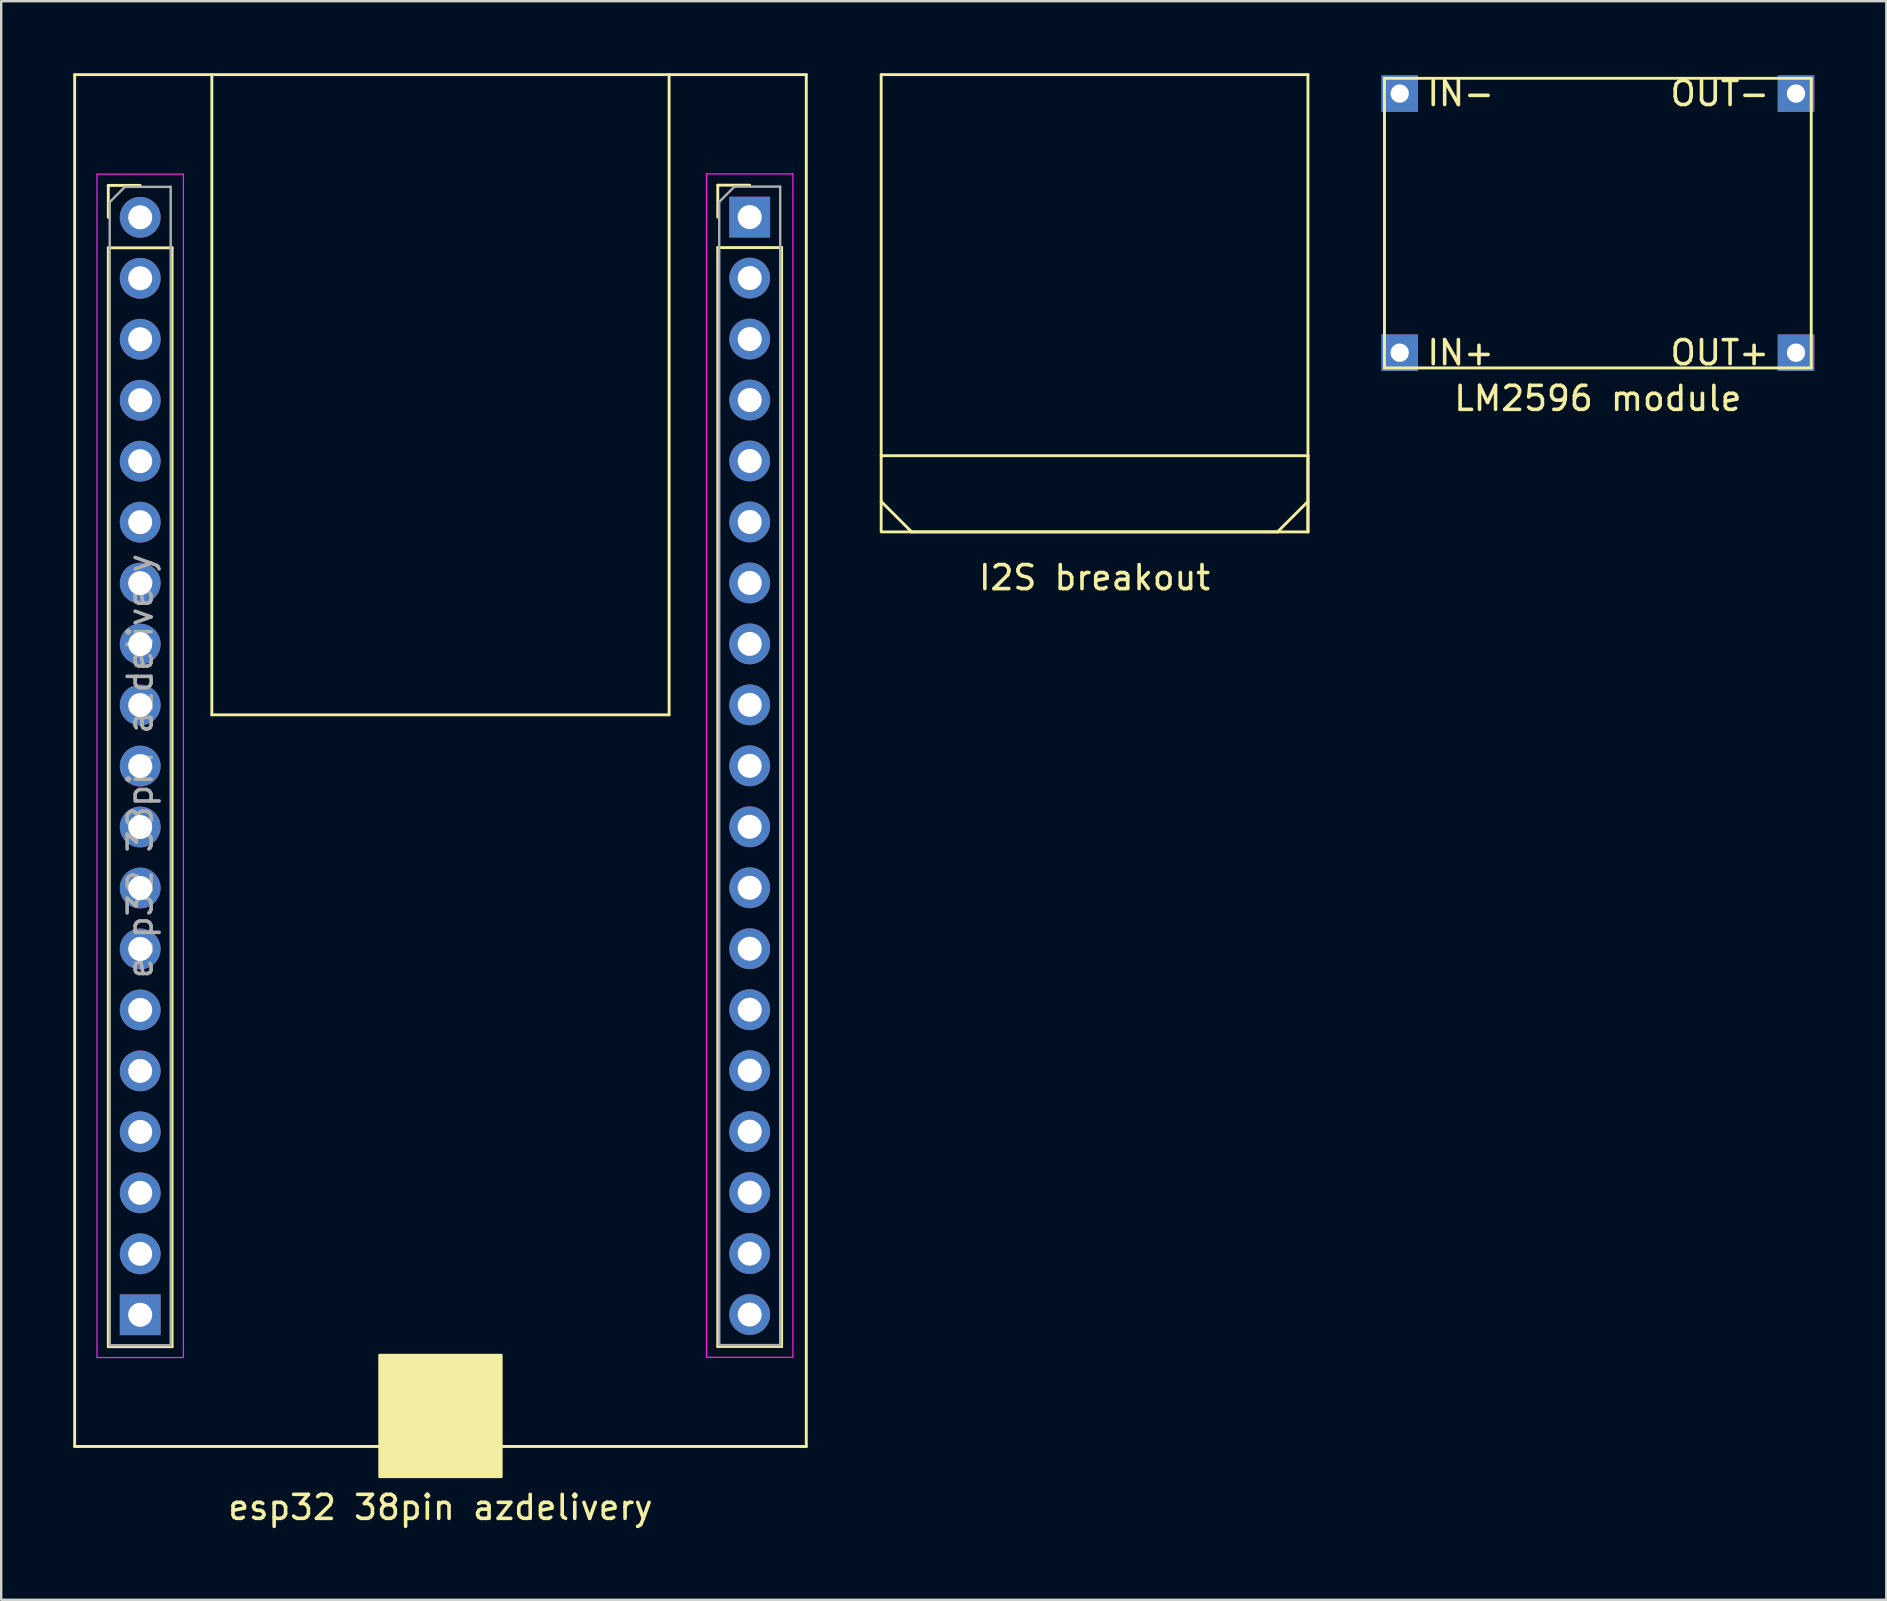
<source format=kicad_pcb>
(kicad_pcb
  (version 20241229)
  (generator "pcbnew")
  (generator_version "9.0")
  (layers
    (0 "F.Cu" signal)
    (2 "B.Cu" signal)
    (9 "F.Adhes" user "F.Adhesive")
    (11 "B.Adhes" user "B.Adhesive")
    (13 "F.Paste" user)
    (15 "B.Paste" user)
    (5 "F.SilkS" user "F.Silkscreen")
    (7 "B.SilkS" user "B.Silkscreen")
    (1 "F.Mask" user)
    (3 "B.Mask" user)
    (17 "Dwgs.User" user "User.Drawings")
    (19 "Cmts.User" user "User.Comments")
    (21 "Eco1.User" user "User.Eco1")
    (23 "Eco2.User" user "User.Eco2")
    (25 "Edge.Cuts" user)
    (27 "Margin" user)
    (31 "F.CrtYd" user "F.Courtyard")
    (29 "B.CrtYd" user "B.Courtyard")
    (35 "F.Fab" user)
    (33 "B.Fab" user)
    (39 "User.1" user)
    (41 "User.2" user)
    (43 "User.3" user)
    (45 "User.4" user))
  (footprint "I2S breakout"
    (layer "F.Cu")
    (at 42.55 9.585)
    (property "Reference" "I2S breakout" (at 0 11.43 0) (layer "F.SilkS") (effects (font (size 1 1) (thickness 0.15))))
    (attr through_hole)
    (fp_line (start -8.89 -9.525) (end -8.89 9.475) (stroke (width 0.12) (type solid)) (layer "F.SilkS"))
    (fp_line (start -8.89 -9.525) (end 8.89 -9.525) (stroke (width 0.12) (type solid)) (layer "F.SilkS"))
    (fp_line (start -8.89 6.35) (end 8.89 6.35) (stroke (width 0.12) (type solid)) (layer "F.SilkS"))
    (fp_line (start -8.89 8.255) (end -7.62 9.525) (stroke (width 0.12) (type solid)) (layer "F.SilkS"))
    (fp_line (start -8.89 9.525) (end 8.89 9.525) (stroke (width 0.12) (type solid)) (layer "F.SilkS"))
    (fp_line (start -7.62 9.525) (end 7.62 9.525) (stroke (width 0.12) (type solid)) (layer "F.SilkS"))
    (fp_line (start 7.62 9.525) (end 8.89 8.255) (stroke (width 0.12) (type solid)) (layer "F.SilkS"))
    (fp_line (start 8.89 6.35) (end 8.89 -9.525) (stroke (width 0.12) (type solid)) (layer "F.SilkS"))
    (fp_line (start 8.89 6.35) (end 8.89 9.525) (stroke (width 0.12) (type solid)) (layer "F.SilkS"))
    (fp_line (start 8.89 9.525) (end 8.89 6.35) (stroke (width 0.12) (type solid)) (layer "F.SilkS")))
  (footprint "esp32 38pin azdelivery"
    (layer "F.Cu")
    (at 15.3 28.635)
    (property "Reference" "esp32 38pin azdelivery" (at 0 31.115 0) (layer "F.SilkS") (effects (font (size 1 1) (thickness 0.15))))
    (attr through_hole)
    (fp_line (start -15.24 -28.575) (end 15.24 -28.575) (stroke (width 0.12) (type solid)) (layer "F.SilkS"))
    (fp_line (start -15.24 28.575) (end -15.24 -28.575) (stroke (width 0.12) (type solid)) (layer "F.SilkS"))
    (fp_line (start -13.839 -23.961) (end -12.509 -23.961) (stroke (width 0.12) (type solid)) (layer "F.SilkS"))
    (fp_line (start -13.839 -22.631) (end -13.839 -23.961) (stroke (width 0.12) (type solid)) (layer "F.SilkS"))
    (fp_line (start -13.839 -21.361) (end -13.839 24.419) (stroke (width 0.12) (type solid)) (layer "F.SilkS"))
    (fp_line (start -13.839 -21.361) (end -11.18 -21.361) (stroke (width 0.12) (type solid)) (layer "F.SilkS"))
    (fp_line (start -13.839 24.419) (end -11.18 24.419) (stroke (width 0.12) (type solid)) (layer "F.SilkS"))
    (fp_line (start -11.18 -21.361) (end -11.18 24.419) (stroke (width 0.12) (type solid)) (layer "F.SilkS"))
    (fp_line (start -9.525 -1.905) (end -9.525 -28.575) (stroke (width 0.12) (type solid)) (layer "F.SilkS"))
    (fp_line (start 9.525 -28.575) (end 9.525 -1.905) (stroke (width 0.12) (type solid)) (layer "F.SilkS"))
    (fp_line (start 9.525 -1.905) (end -9.525 -1.905) (stroke (width 0.12) (type solid)) (layer "F.SilkS"))
    (fp_line (start 11.553 -23.97) (end 12.883 -23.97) (stroke (width 0.12) (type solid)) (layer "F.SilkS"))
    (fp_line (start 11.553 -22.64) (end 11.553 -23.97) (stroke (width 0.12) (type solid)) (layer "F.SilkS"))
    (fp_line (start 11.553 -21.37) (end 11.553 24.41) (stroke (width 0.12) (type solid)) (layer "F.SilkS"))
    (fp_line (start 11.553 -21.37) (end 14.213 -21.37) (stroke (width 0.12) (type solid)) (layer "F.SilkS"))
    (fp_line (start 11.553 24.41) (end 14.213 24.41) (stroke (width 0.12) (type solid)) (layer "F.SilkS"))
    (fp_line (start 14.213 -21.37) (end 14.213 24.41) (stroke (width 0.12) (type solid)) (layer "F.SilkS"))
    (fp_line (start 15.24 -28.575) (end 15.24 28.575) (stroke (width 0.12) (type solid)) (layer "F.SilkS"))
    (fp_line (start 15.24 28.575) (end -15.24 28.575) (stroke (width 0.12) (type solid)) (layer "F.SilkS"))
    (fp_poly (pts (xy 2.54 29.845) (xy -2.54 29.845) (xy -2.54 24.765) (xy 2.54 24.765)) (stroke (width 0.1) (type solid)) (fill yes) (layer "F.SilkS"))
    (fp_line (start -14.309 -24.431) (end -14.309 24.869) (stroke (width 0.05) (type solid)) (layer "F.CrtYd"))
    (fp_line (start -14.309 24.869) (end -10.71 24.869) (stroke (width 0.05) (type solid)) (layer "F.CrtYd"))
    (fp_line (start -10.71 -24.431) (end -14.309 -24.431) (stroke (width 0.05) (type solid)) (layer "F.CrtYd"))
    (fp_line (start -10.71 24.869) (end -10.71 -24.431) (stroke (width 0.05) (type solid)) (layer "F.CrtYd"))
    (fp_line (start 11.083 -24.44) (end 11.083 24.86) (stroke (width 0.05) (type solid)) (layer "F.CrtYd"))
    (fp_line (start 11.083 24.86) (end 14.683 24.86) (stroke (width 0.05) (type solid)) (layer "F.CrtYd"))
    (fp_line (start 14.683 -24.44) (end 11.083 -24.44) (stroke (width 0.05) (type solid)) (layer "F.CrtYd"))
    (fp_line (start 14.683 24.86) (end 14.683 -24.44) (stroke (width 0.05) (type solid)) (layer "F.CrtYd"))
    (fp_line (start -13.78 -23.266) (end -13.145 -23.901) (stroke (width 0.1) (type solid)) (layer "F.Fab"))
    (fp_line (start -13.78 24.359) (end -13.78 -23.266) (stroke (width 0.1) (type solid)) (layer "F.Fab"))
    (fp_line (start -13.145 -23.901) (end -11.239 -23.901) (stroke (width 0.1) (type solid)) (layer "F.Fab"))
    (fp_line (start -11.239 -23.901) (end -11.239 24.359) (stroke (width 0.1) (type solid)) (layer "F.Fab"))
    (fp_line (start -11.239 24.359) (end -13.78 24.359) (stroke (width 0.1) (type solid)) (layer "F.Fab"))
    (fp_line (start 11.613 -23.275) (end 12.248 -23.91) (stroke (width 0.1) (type solid)) (layer "F.Fab"))
    (fp_line (start 11.613 24.35) (end 11.613 -23.275) (stroke (width 0.1) (type solid)) (layer "F.Fab"))
    (fp_line (start 12.248 -23.91) (end 14.153 -23.91) (stroke (width 0.1) (type solid)) (layer "F.Fab"))
    (fp_line (start 14.153 -23.91) (end 14.153 24.35) (stroke (width 0.1) (type solid)) (layer "F.Fab"))
    (fp_line (start 14.153 24.35) (end 11.613 24.35) (stroke (width 0.1) (type solid)) (layer "F.Fab"))
    (fp_text user "${REFERENCE}" (at -12.509 0.229 90) (layer "F.Fab") (effects (font (size 1 1) (thickness 0.15))))
    (pad "1" thru_hole circle (at -12.509 -22.631) (size 1.7 1.7) (drill 1) (layers "*.Cu" "*.Mask"))
    (pad "2" thru_hole oval (at -12.509 -20.091) (size 1.7 1.7) (drill 1) (layers "*.Cu" "*.Mask"))
    (pad "3" thru_hole oval (at -12.509 -17.551) (size 1.7 1.7) (drill 1) (layers "*.Cu" "*.Mask"))
    (pad "4" thru_hole oval (at -12.509 -15.011) (size 1.7 1.7) (drill 1) (layers "*.Cu" "*.Mask"))
    (pad "5" thru_hole oval (at -12.509 -12.471) (size 1.7 1.7) (drill 1) (layers "*.Cu" "*.Mask"))
    (pad "6" thru_hole oval (at -12.509 -9.931) (size 1.7 1.7) (drill 1) (layers "*.Cu" "*.Mask"))
    (pad "7" thru_hole oval (at -12.509 -7.391) (size 1.7 1.7) (drill 1) (layers "*.Cu" "*.Mask"))
    (pad "8" thru_hole oval (at -12.509 -4.851) (size 1.7 1.7) (drill 1) (layers "*.Cu" "*.Mask"))
    (pad "9" thru_hole oval (at -12.509 -2.311) (size 1.7 1.7) (drill 1) (layers "*.Cu" "*.Mask"))
    (pad "10" thru_hole oval (at -12.509 0.229) (size 1.7 1.7) (drill 1) (layers "*.Cu" "*.Mask"))
    (pad "11" thru_hole oval (at -12.509 2.769) (size 1.7 1.7) (drill 1) (layers "*.Cu" "*.Mask"))
    (pad "12" thru_hole oval (at -12.509 5.309) (size 1.7 1.7) (drill 1) (layers "*.Cu" "*.Mask"))
    (pad "13" thru_hole oval (at -12.509 7.849) (size 1.7 1.7) (drill 1) (layers "*.Cu" "*.Mask"))
    (pad "14" thru_hole oval (at -12.509 10.389) (size 1.7 1.7) (drill 1) (layers "*.Cu" "*.Mask"))
    (pad "15" thru_hole oval (at -12.509 12.929) (size 1.7 1.7) (drill 1) (layers "*.Cu" "*.Mask"))
    (pad "16" thru_hole oval (at -12.509 15.469) (size 1.7 1.7) (drill 1) (layers "*.Cu" "*.Mask"))
    (pad "17" thru_hole oval (at -12.509 18.009) (size 1.7 1.7) (drill 1) (layers "*.Cu" "*.Mask"))
    (pad "18" thru_hole oval (at -12.509 20.549) (size 1.7 1.7) (drill 1) (layers "*.Cu" "*.Mask"))
    (pad "19" thru_hole rect (at -12.509 23.089) (size 1.7 1.7) (drill 1) (layers "*.Cu" "*.Mask"))
    (pad "20" thru_hole rect (at 12.883 -22.64) (size 1.7 1.7) (drill 1) (layers "*.Cu" "*.Mask"))
    (pad "21" thru_hole oval (at 12.883 -20.1) (size 1.7 1.7) (drill 1) (layers "*.Cu" "*.Mask"))
    (pad "22" thru_hole oval (at 12.883 -17.56) (size 1.7 1.7) (drill 1) (layers "*.Cu" "*.Mask"))
    (pad "23" thru_hole oval (at 12.883 -15.02) (size 1.7 1.7) (drill 1) (layers "*.Cu" "*.Mask"))
    (pad "24" thru_hole oval (at 12.883 -12.48) (size 1.7 1.7) (drill 1) (layers "*.Cu" "*.Mask"))
    (pad "25" thru_hole oval (at 12.883 -9.94) (size 1.7 1.7) (drill 1) (layers "*.Cu" "*.Mask"))
    (pad "26" thru_hole oval (at 12.883 -7.4) (size 1.7 1.7) (drill 1) (layers "*.Cu" "*.Mask"))
    (pad "27" thru_hole oval (at 12.883 -4.86) (size 1.7 1.7) (drill 1) (layers "*.Cu" "*.Mask"))
    (pad "28" thru_hole oval (at 12.883 -2.32) (size 1.7 1.7) (drill 1) (layers "*.Cu" "*.Mask"))
    (pad "29" thru_hole oval (at 12.883 0.22) (size 1.7 1.7) (drill 1) (layers "*.Cu" "*.Mask"))
    (pad "30" thru_hole oval (at 12.883 2.76) (size 1.7 1.7) (drill 1) (layers "*.Cu" "*.Mask"))
    (pad "31" thru_hole oval (at 12.883 5.3) (size 1.7 1.7) (drill 1) (layers "*.Cu" "*.Mask"))
    (pad "32" thru_hole oval (at 12.883 7.84) (size 1.7 1.7) (drill 1) (layers "*.Cu" "*.Mask"))
    (pad "33" thru_hole oval (at 12.883 10.38) (size 1.7 1.7) (drill 1) (layers "*.Cu" "*.Mask"))
    (pad "34" thru_hole oval (at 12.883 12.92) (size 1.7 1.7) (drill 1) (layers "*.Cu" "*.Mask"))
    (pad "35" thru_hole oval (at 12.883 15.46) (size 1.7 1.7) (drill 1) (layers "*.Cu" "*.Mask"))
    (pad "36" thru_hole oval (at 12.883 18) (size 1.7 1.7) (drill 1) (layers "*.Cu" "*.Mask"))
    (pad "37" thru_hole oval (at 12.883 20.54) (size 1.7 1.7) (drill 1) (layers "*.Cu" "*.Mask"))
    (pad "38" thru_hole oval (at 12.883 23.08) (size 1.7 1.7) (drill 1) (layers "*.Cu" "*.Mask")))
  (footprint "LM2596 module"
    (layer "F.Cu")
    (at 63.517 5.928)
    (property "Reference" "LM2596 module" (at 0 7.62 0) (layer "F.SilkS") (effects (font (size 1 1) (thickness 0.15))))
    (attr through_hole)
    (fp_line (start -8.89 -5.715) (end 8.89 -5.715) (stroke (width 0.12) (type solid)) (layer "F.SilkS"))
    (fp_line (start -8.89 6.35) (end -8.89 -5.715) (stroke (width 0.12) (type solid)) (layer "F.SilkS"))
    (fp_line (start -8.89 6.35) (end 8.89 6.35) (stroke (width 0.12) (type solid)) (layer "F.SilkS"))
    (fp_line (start 8.89 6.35) (end 8.89 -5.715) (stroke (width 0.12) (type solid)) (layer "F.SilkS"))
    (fp_text user "IN-" (at -5.715 -5.08 0) (layer "F.SilkS") (effects (font (size 1 1) (thickness 0.15))))
    (fp_text user "OUT+" (at 5.08 5.715 0) (layer "F.SilkS") (effects (font (size 1 1) (thickness 0.15))))
    (fp_text user "OUT-" (at 5.08 -5.08 0) (layer "F.SilkS") (effects (font (size 1 1) (thickness 0.15))))
    (fp_text user "IN+" (at -5.715 5.715 0) (layer "F.SilkS") (effects (font (size 1 1) (thickness 0.15))))
    (pad "1" thru_hole rect (at -8.255 5.715) (size 1.524 1.524) (drill 0.762) (layers "*.Cu" "*.Mask"))
    (pad "2" thru_hole rect (at -8.255 -5.08) (size 1.524 1.524) (drill 0.762) (layers "*.Cu" "*.Mask"))
    (pad "3" thru_hole rect (at 8.255 -5.08) (size 1.524 1.524) (drill 0.762) (layers "*.Cu" "*.Mask"))
    (pad "4" thru_hole rect (at 8.255 5.715) (size 1.524 1.524) (drill 0.762) (layers "*.Cu" "*.Mask")))
  (gr_rect
    (start -3 -3)
    (end 75.534 63.598)
    (stroke (width 0.1) (type default))
    (fill no)
    (layer "Edge.Cuts")))
</source>
